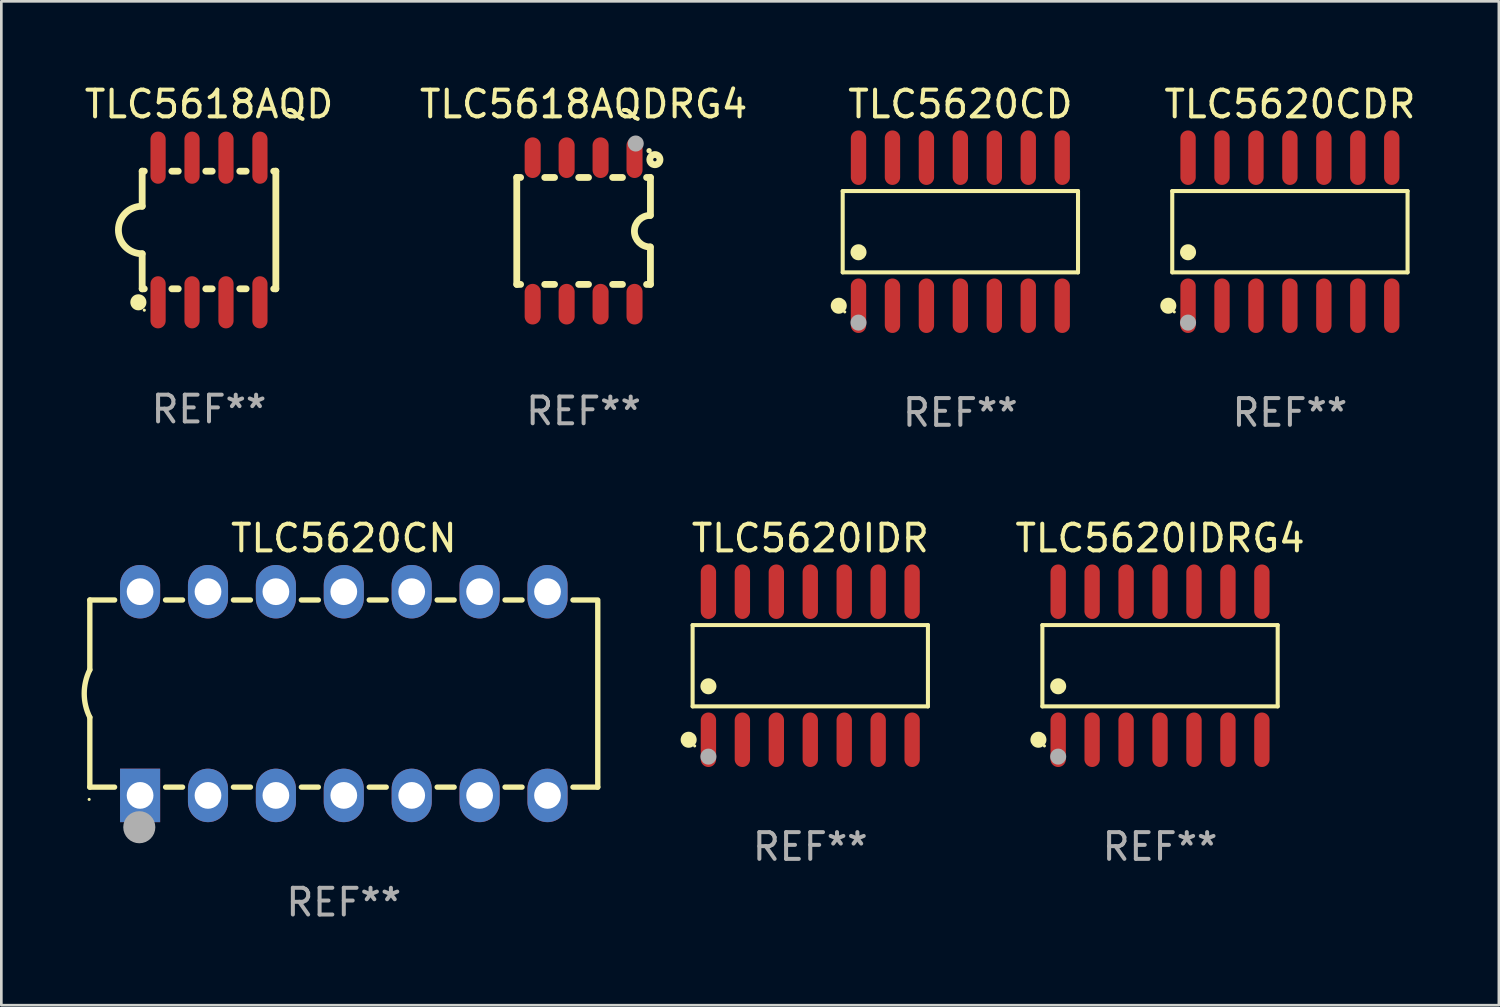
<source format=kicad_pcb>
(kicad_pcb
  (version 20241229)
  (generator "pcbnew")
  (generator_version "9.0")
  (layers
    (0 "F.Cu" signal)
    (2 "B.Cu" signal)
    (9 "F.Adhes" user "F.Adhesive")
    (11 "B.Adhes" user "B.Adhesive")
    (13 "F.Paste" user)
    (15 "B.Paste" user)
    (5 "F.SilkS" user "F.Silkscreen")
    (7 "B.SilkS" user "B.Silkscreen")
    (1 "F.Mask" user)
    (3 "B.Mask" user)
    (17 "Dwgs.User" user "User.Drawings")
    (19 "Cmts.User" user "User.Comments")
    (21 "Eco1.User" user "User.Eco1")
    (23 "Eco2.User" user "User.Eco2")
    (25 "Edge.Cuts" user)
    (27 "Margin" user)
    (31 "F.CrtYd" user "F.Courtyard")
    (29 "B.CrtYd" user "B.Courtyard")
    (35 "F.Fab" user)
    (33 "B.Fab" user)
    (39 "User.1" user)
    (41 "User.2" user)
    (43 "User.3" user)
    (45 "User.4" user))
  (footprint "TLC5620CD"
    (layer "F.Cu")
    (at 32.873 5.617)
    (property "Reference" "TLC5620CD" (at 0 -4.769 0) (layer "F.SilkS") (effects (font (size 1 1) (thickness 0.15))))
    (attr through_hole)
    (fp_line (start -4.401 -1.521) (end 4.401 -1.521) (stroke (width 0.152) (type solid)) (layer "F.SilkS"))
    (fp_line (start -4.401 1.521) (end -4.401 -1.521) (stroke (width 0.152) (type solid)) (layer "F.SilkS"))
    (fp_line (start 4.401 -1.521) (end 4.401 1.521) (stroke (width 0.152) (type solid)) (layer "F.SilkS"))
    (fp_line (start 4.401 1.521) (end -4.401 1.521) (stroke (width 0.152) (type solid)) (layer "F.SilkS"))
    (fp_circle (center -4.549 2.769) (end -4.399 2.769) (stroke (width 0.3) (type solid)) (fill no) (layer "F.SilkS"))
    (fp_circle (center -4.325 3) (end -4.295 3) (stroke (width 0.06) (type solid)) (fill no) (layer "F.SilkS"))
    (fp_circle (center -3.81 0.769) (end -3.66 0.769) (stroke (width 0.3) (type solid)) (fill no) (layer "F.SilkS"))
    (fp_circle (center -3.81 3.4) (end -3.66 3.4) (stroke (width 0.3) (type solid)) (fill no) (layer "F.Fab"))
    (fp_text user "REF**" (at 0 6.769 0) (layer "F.Fab") (effects (font (size 1 1) (thickness 0.15))))
    (pad "1" smd oval (at -3.81 2.769) (size 0.574 2.038) (layers "F.Cu" "F.Mask" "F.Paste"))
    (pad "2" smd oval (at -2.54 2.769) (size 0.574 2.038) (layers "F.Cu" "F.Mask" "F.Paste"))
    (pad "3" smd oval (at -1.27 2.769) (size 0.574 2.038) (layers "F.Cu" "F.Mask" "F.Paste"))
    (pad "4" smd oval (at 0 2.769) (size 0.574 2.038) (layers "F.Cu" "F.Mask" "F.Paste"))
    (pad "5" smd oval (at 1.27 2.769) (size 0.574 2.038) (layers "F.Cu" "F.Mask" "F.Paste"))
    (pad "6" smd oval (at 2.54 2.769) (size 0.574 2.038) (layers "F.Cu" "F.Mask" "F.Paste"))
    (pad "7" smd oval (at 3.81 2.769) (size 0.574 2.038) (layers "F.Cu" "F.Mask" "F.Paste"))
    (pad "8" smd oval (at 3.81 -2.769) (size 0.574 2.038) (layers "F.Cu" "F.Mask" "F.Paste"))
    (pad "9" smd oval (at 2.54 -2.769) (size 0.574 2.038) (layers "F.Cu" "F.Mask" "F.Paste"))
    (pad "10" smd oval (at 1.27 -2.769) (size 0.574 2.038) (layers "F.Cu" "F.Mask" "F.Paste"))
    (pad "11" smd oval (at 0 -2.769) (size 0.574 2.038) (layers "F.Cu" "F.Mask" "F.Paste"))
    (pad "12" smd oval (at -1.27 -2.769) (size 0.574 2.038) (layers "F.Cu" "F.Mask" "F.Paste"))
    (pad "13" smd oval (at -2.54 -2.769) (size 0.574 2.038) (layers "F.Cu" "F.Mask" "F.Paste"))
    (pad "14" smd oval (at -3.81 -2.769) (size 0.574 2.038) (layers "F.Cu" "F.Mask" "F.Paste")))
  (footprint "TLC5620CN"
    (layer "F.Cu")
    (at 9.81 22.893)
    (property "Reference" "TLC5620CN" (at 0 -5.81 0) (layer "F.SilkS") (effects (font (size 1 1) (thickness 0.15))))
    (attr through_hole)
    (fp_line (start -9.5 -3.5) (end -9.5 -0.889) (stroke (width 0.2) (type solid)) (layer "F.SilkS"))
    (fp_line (start -9.5 -3.5) (end -8.572 -3.5) (stroke (width 0.2) (type solid)) (layer "F.SilkS"))
    (fp_line (start -9.5 3.5) (end -9.5 0.889) (stroke (width 0.2) (type solid)) (layer "F.SilkS"))
    (fp_line (start -9.5 3.5) (end -8.574 3.5) (stroke (width 0.2) (type solid)) (layer "F.SilkS"))
    (fp_line (start -6.668 -3.5) (end -6.032 -3.5) (stroke (width 0.2) (type solid)) (layer "F.SilkS"))
    (fp_line (start -6.666 3.5) (end -6.032 3.5) (stroke (width 0.2) (type solid)) (layer "F.SilkS"))
    (fp_line (start -4.128 -3.5) (end -3.492 -3.5) (stroke (width 0.2) (type solid)) (layer "F.SilkS"))
    (fp_line (start -4.128 3.5) (end -3.492 3.5) (stroke (width 0.2) (type solid)) (layer "F.SilkS"))
    (fp_line (start -1.588 -3.5) (end -0.952 -3.5) (stroke (width 0.2) (type solid)) (layer "F.SilkS"))
    (fp_line (start -1.588 3.5) (end -0.952 3.5) (stroke (width 0.2) (type solid)) (layer "F.SilkS"))
    (fp_line (start 0.952 -3.5) (end 1.588 -3.5) (stroke (width 0.2) (type solid)) (layer "F.SilkS"))
    (fp_line (start 0.952 3.5) (end 1.588 3.5) (stroke (width 0.2) (type solid)) (layer "F.SilkS"))
    (fp_line (start 3.492 -3.5) (end 4.128 -3.5) (stroke (width 0.2) (type solid)) (layer "F.SilkS"))
    (fp_line (start 3.492 3.5) (end 4.128 3.5) (stroke (width 0.2) (type solid)) (layer "F.SilkS"))
    (fp_line (start 6.032 -3.5) (end 6.668 -3.5) (stroke (width 0.2) (type solid)) (layer "F.SilkS"))
    (fp_line (start 6.032 3.5) (end 6.668 3.5) (stroke (width 0.2) (type solid)) (layer "F.SilkS"))
    (fp_line (start 8.572 -3.5) (end 9.5 -3.5) (stroke (width 0.2) (type solid)) (layer "F.SilkS"))
    (fp_line (start 8.572 3.5) (end 9.5 3.5) (stroke (width 0.2) (type solid)) (layer "F.SilkS"))
    (fp_line (start 9.5 3.5) (end 9.5 -3.429) (stroke (width 0.2) (type solid)) (layer "F.SilkS"))
    (fp_arc (start -9.499619 0.889001) (mid -9.709623 0.000047) (end -9.500025 -0.889002) (stroke (width 0.2) (type solid)) (layer "F.SilkS"))
    (fp_circle (center -9.525 3.96) (end -9.495 3.96) (stroke (width 0.06) (type solid)) (fill no) (layer "F.SilkS"))
    (fp_circle (center -7.65 5) (end -7.35 5) (stroke (width 0.6) (type solid)) (fill no) (layer "F.Fab"))
    (fp_text user "REF**" (at 0 7.81 0) (layer "F.Fab") (effects (font (size 1 1) (thickness 0.15))))
    (pad "1" thru_hole rect (at -7.62 3.81 90) (size 2 1.5) (drill 1) (layers "*.Cu" "*.Mask"))
    (pad "2" thru_hole oval (at -5.08 3.81 90) (size 2 1.5) (drill 1) (layers "*.Cu" "*.Mask"))
    (pad "3" thru_hole oval (at -2.54 3.81 90) (size 2 1.5) (drill 1) (layers "*.Cu" "*.Mask"))
    (pad "4" thru_hole oval (at 0 3.81 90) (size 2 1.5) (drill 1) (layers "*.Cu" "*.Mask"))
    (pad "5" thru_hole oval (at 2.54 3.81 90) (size 2 1.5) (drill 1) (layers "*.Cu" "*.Mask"))
    (pad "6" thru_hole oval (at 5.08 3.81 90) (size 2 1.5) (drill 1) (layers "*.Cu" "*.Mask"))
    (pad "7" thru_hole oval (at 7.62 3.81 90) (size 2 1.5) (drill 1) (layers "*.Cu" "*.Mask"))
    (pad "8" thru_hole oval (at 7.62 -3.81 90) (size 2 1.5) (drill 1) (layers "*.Cu" "*.Mask"))
    (pad "9" thru_hole oval (at 5.08 -3.81 90) (size 2 1.5) (drill 1) (layers "*.Cu" "*.Mask"))
    (pad "10" thru_hole oval (at 2.54 -3.81 90) (size 2 1.5) (drill 1) (layers "*.Cu" "*.Mask"))
    (pad "11" thru_hole oval (at 0 -3.81 90) (size 2 1.5) (drill 1) (layers "*.Cu" "*.Mask"))
    (pad "12" thru_hole oval (at -2.54 -3.81 90) (size 2 1.5) (drill 1) (layers "*.Cu" "*.Mask"))
    (pad "13" thru_hole oval (at -5.08 -3.81 90) (size 2 1.5) (drill 1) (layers "*.Cu" "*.Mask"))
    (pad "14" thru_hole oval (at -7.62 -3.81 90) (size 2 1.5) (drill 1) (layers "*.Cu" "*.Mask")))
  (footprint "TLC5618AQDRG4"
    (layer "F.Cu")
    (at 18.78 5.588)
    (property "Reference" "TLC5618AQDRG4" (at 0 -4.74 0) (layer "F.SilkS") (effects (font (size 1 1) (thickness 0.15))))
    (attr through_hole)
    (fp_line (start -2.5 2) (end -2.5 -2) (stroke (width 0.254) (type solid)) (layer "F.SilkS"))
    (fp_line (start -2.356 -2) (end -2.5 -2) (stroke (width 0.254) (type solid)) (layer "F.SilkS"))
    (fp_line (start -2.356 2) (end -2.5 2) (stroke (width 0.254) (type solid)) (layer "F.SilkS"))
    (fp_line (start -1.086 -2) (end -1.454 -2) (stroke (width 0.254) (type solid)) (layer "F.SilkS"))
    (fp_line (start -1.086 2) (end -1.454 2) (stroke (width 0.254) (type solid)) (layer "F.SilkS"))
    (fp_line (start 0.184 -2) (end -0.184 -2) (stroke (width 0.254) (type solid)) (layer "F.SilkS"))
    (fp_line (start 0.184 2) (end -0.184 2) (stroke (width 0.254) (type solid)) (layer "F.SilkS"))
    (fp_line (start 1.454 -2) (end 1.086 -2) (stroke (width 0.254) (type solid)) (layer "F.SilkS"))
    (fp_line (start 1.454 2) (end 1.086 2) (stroke (width 0.254) (type solid)) (layer "F.SilkS"))
    (fp_line (start 2.5 -2) (end 2.356 -2) (stroke (width 0.254) (type solid)) (layer "F.SilkS"))
    (fp_line (start 2.5 -0.58) (end 2.5 -2) (stroke (width 0.254) (type solid)) (layer "F.SilkS"))
    (fp_line (start 2.5 2) (end 2.356 2) (stroke (width 0.254) (type solid)) (layer "F.SilkS"))
    (fp_line (start 2.5 2) (end 2.5 0.6) (stroke (width 0.254) (type solid)) (layer "F.SilkS"))
    (fp_arc (start 2.489992 0.600051) (mid 1.901674 0.010046) (end 2.489992 -0.579959) (stroke (width 0.254001) (type solid)) (layer "F.SilkS"))
    (fp_circle (center 2.45 -3) (end 2.5 -3) (stroke (width 0.1) (type solid)) (fill no) (layer "F.SilkS"))
    (fp_circle (center 2.667 -2.667) (end 2.858 -2.667) (stroke (width 0.254) (type solid)) (fill no) (layer "F.SilkS"))
    (fp_circle (center 1.95 -3.27) (end 2.1 -3.27) (stroke (width 0.3) (type solid)) (fill no) (layer "F.Fab"))
    (fp_text user "REF**" (at 0 6.74 0) (layer "F.Fab") (effects (font (size 1 1) (thickness 0.15))))
    (pad "1" smd oval (at 1.905 -2.74) (size 0.6 1.52) (layers "F.Cu" "F.Mask" "F.Paste"))
    (pad "2" smd oval (at 0.635 -2.74) (size 0.6 1.52) (layers "F.Cu" "F.Mask" "F.Paste"))
    (pad "3" smd oval (at -0.635 -2.74) (size 0.6 1.52) (layers "F.Cu" "F.Mask" "F.Paste"))
    (pad "4" smd oval (at -1.905 -2.74) (size 0.6 1.52) (layers "F.Cu" "F.Mask" "F.Paste"))
    (pad "5" smd oval (at -1.905 2.74) (size 0.6 1.52) (layers "F.Cu" "F.Mask" "F.Paste"))
    (pad "6" smd oval (at -0.635 2.74) (size 0.6 1.52) (layers "F.Cu" "F.Mask" "F.Paste"))
    (pad "7" smd oval (at 0.635 2.74) (size 0.6 1.52) (layers "F.Cu" "F.Mask" "F.Paste"))
    (pad "8" smd oval (at 1.905 2.74) (size 0.6 1.52) (layers "F.Cu" "F.Mask" "F.Paste")))
  (footprint "TLC5620CDR"
    (layer "F.Cu")
    (at 45.2 5.617)
    (property "Reference" "TLC5620CDR" (at 0 -4.769 0) (layer "F.SilkS") (effects (font (size 1 1) (thickness 0.15))))
    (attr through_hole)
    (fp_line (start -4.401 -1.521) (end 4.401 -1.521) (stroke (width 0.152) (type solid)) (layer "F.SilkS"))
    (fp_line (start -4.401 1.521) (end -4.401 -1.521) (stroke (width 0.152) (type solid)) (layer "F.SilkS"))
    (fp_line (start 4.401 -1.521) (end 4.401 1.521) (stroke (width 0.152) (type solid)) (layer "F.SilkS"))
    (fp_line (start 4.401 1.521) (end -4.401 1.521) (stroke (width 0.152) (type solid)) (layer "F.SilkS"))
    (fp_circle (center -4.549 2.769) (end -4.399 2.769) (stroke (width 0.3) (type solid)) (fill no) (layer "F.SilkS"))
    (fp_circle (center -4.325 3) (end -4.295 3) (stroke (width 0.06) (type solid)) (fill no) (layer "F.SilkS"))
    (fp_circle (center -3.81 0.769) (end -3.66 0.769) (stroke (width 0.3) (type solid)) (fill no) (layer "F.SilkS"))
    (fp_circle (center -3.81 3.4) (end -3.66 3.4) (stroke (width 0.3) (type solid)) (fill no) (layer "F.Fab"))
    (fp_text user "REF**" (at 0 6.769 0) (layer "F.Fab") (effects (font (size 1 1) (thickness 0.15))))
    (pad "1" smd oval (at -3.81 2.769) (size 0.574 2.038) (layers "F.Cu" "F.Mask" "F.Paste"))
    (pad "2" smd oval (at -2.54 2.769) (size 0.574 2.038) (layers "F.Cu" "F.Mask" "F.Paste"))
    (pad "3" smd oval (at -1.27 2.769) (size 0.574 2.038) (layers "F.Cu" "F.Mask" "F.Paste"))
    (pad "4" smd oval (at 0 2.769) (size 0.574 2.038) (layers "F.Cu" "F.Mask" "F.Paste"))
    (pad "5" smd oval (at 1.27 2.769) (size 0.574 2.038) (layers "F.Cu" "F.Mask" "F.Paste"))
    (pad "6" smd oval (at 2.54 2.769) (size 0.574 2.038) (layers "F.Cu" "F.Mask" "F.Paste"))
    (pad "7" smd oval (at 3.81 2.769) (size 0.574 2.038) (layers "F.Cu" "F.Mask" "F.Paste"))
    (pad "8" smd oval (at 3.81 -2.769) (size 0.574 2.038) (layers "F.Cu" "F.Mask" "F.Paste"))
    (pad "9" smd oval (at 2.54 -2.769) (size 0.574 2.038) (layers "F.Cu" "F.Mask" "F.Paste"))
    (pad "10" smd oval (at 1.27 -2.769) (size 0.574 2.038) (layers "F.Cu" "F.Mask" "F.Paste"))
    (pad "11" smd oval (at 0 -2.769) (size 0.574 2.038) (layers "F.Cu" "F.Mask" "F.Paste"))
    (pad "12" smd oval (at -1.27 -2.769) (size 0.574 2.038) (layers "F.Cu" "F.Mask" "F.Paste"))
    (pad "13" smd oval (at -2.54 -2.769) (size 0.574 2.038) (layers "F.Cu" "F.Mask" "F.Paste"))
    (pad "14" smd oval (at -3.81 -2.769) (size 0.574 2.038) (layers "F.Cu" "F.Mask" "F.Paste")))
  (footprint "TLC5620IDRG4"
    (layer "F.Cu")
    (at 40.342 21.852)
    (property "Reference" "TLC5620IDRG4" (at 0 -4.769 0) (layer "F.SilkS") (effects (font (size 1 1) (thickness 0.15))))
    (attr through_hole)
    (fp_line (start -4.401 -1.521) (end 4.401 -1.521) (stroke (width 0.152) (type solid)) (layer "F.SilkS"))
    (fp_line (start -4.401 1.521) (end -4.401 -1.521) (stroke (width 0.152) (type solid)) (layer "F.SilkS"))
    (fp_line (start 4.401 -1.521) (end 4.401 1.521) (stroke (width 0.152) (type solid)) (layer "F.SilkS"))
    (fp_line (start 4.401 1.521) (end -4.401 1.521) (stroke (width 0.152) (type solid)) (layer "F.SilkS"))
    (fp_circle (center -4.549 2.769) (end -4.399 2.769) (stroke (width 0.3) (type solid)) (fill no) (layer "F.SilkS"))
    (fp_circle (center -4.325 3) (end -4.295 3) (stroke (width 0.06) (type solid)) (fill no) (layer "F.SilkS"))
    (fp_circle (center -3.81 0.769) (end -3.66 0.769) (stroke (width 0.3) (type solid)) (fill no) (layer "F.SilkS"))
    (fp_circle (center -3.81 3.4) (end -3.66 3.4) (stroke (width 0.3) (type solid)) (fill no) (layer "F.Fab"))
    (fp_text user "REF**" (at 0 6.769 0) (layer "F.Fab") (effects (font (size 1 1) (thickness 0.15))))
    (pad "1" smd oval (at -3.81 2.769) (size 0.574 2.038) (layers "F.Cu" "F.Mask" "F.Paste"))
    (pad "2" smd oval (at -2.54 2.769) (size 0.574 2.038) (layers "F.Cu" "F.Mask" "F.Paste"))
    (pad "3" smd oval (at -1.27 2.769) (size 0.574 2.038) (layers "F.Cu" "F.Mask" "F.Paste"))
    (pad "4" smd oval (at 0 2.769) (size 0.574 2.038) (layers "F.Cu" "F.Mask" "F.Paste"))
    (pad "5" smd oval (at 1.27 2.769) (size 0.574 2.038) (layers "F.Cu" "F.Mask" "F.Paste"))
    (pad "6" smd oval (at 2.54 2.769) (size 0.574 2.038) (layers "F.Cu" "F.Mask" "F.Paste"))
    (pad "7" smd oval (at 3.81 2.769) (size 0.574 2.038) (layers "F.Cu" "F.Mask" "F.Paste"))
    (pad "8" smd oval (at 3.81 -2.769) (size 0.574 2.038) (layers "F.Cu" "F.Mask" "F.Paste"))
    (pad "9" smd oval (at 2.54 -2.769) (size 0.574 2.038) (layers "F.Cu" "F.Mask" "F.Paste"))
    (pad "10" smd oval (at 1.27 -2.769) (size 0.574 2.038) (layers "F.Cu" "F.Mask" "F.Paste"))
    (pad "11" smd oval (at 0 -2.769) (size 0.574 2.038) (layers "F.Cu" "F.Mask" "F.Paste"))
    (pad "12" smd oval (at -1.27 -2.769) (size 0.574 2.038) (layers "F.Cu" "F.Mask" "F.Paste"))
    (pad "13" smd oval (at -2.54 -2.769) (size 0.574 2.038) (layers "F.Cu" "F.Mask" "F.Paste"))
    (pad "14" smd oval (at -3.81 -2.769) (size 0.574 2.038) (layers "F.Cu" "F.Mask" "F.Paste")))
  (footprint "TLC5618AQD"
    (layer "F.Cu")
    (at 4.768 5.553)
    (property "Reference" "TLC5618AQD" (at 0 -4.705 0) (layer "F.SilkS") (effects (font (size 1 1) (thickness 0.15))))
    (attr through_hole)
    (fp_line (start -2.5 -2.2) (end -2.5 -0.889) (stroke (width 0.254) (type solid)) (layer "F.SilkS"))
    (fp_line (start -2.5 2.2) (end -2.5 0.889) (stroke (width 0.254) (type solid)) (layer "F.SilkS"))
    (fp_line (start -2.42 -2.2) (end -2.5 -2.2) (stroke (width 0.254) (type solid)) (layer "F.SilkS"))
    (fp_line (start -2.42 2.2) (end -2.5 2.2) (stroke (width 0.254) (type solid)) (layer "F.SilkS"))
    (fp_line (start -1.15 -2.2) (end -1.39 -2.2) (stroke (width 0.254) (type solid)) (layer "F.SilkS"))
    (fp_line (start -1.15 2.2) (end -1.39 2.2) (stroke (width 0.254) (type solid)) (layer "F.SilkS"))
    (fp_line (start 0.12 -2.2) (end -0.12 -2.2) (stroke (width 0.254) (type solid)) (layer "F.SilkS"))
    (fp_line (start 0.12 2.2) (end -0.12 2.2) (stroke (width 0.254) (type solid)) (layer "F.SilkS"))
    (fp_line (start 1.39 -2.2) (end 1.15 -2.2) (stroke (width 0.254) (type solid)) (layer "F.SilkS"))
    (fp_line (start 1.39 2.2) (end 1.15 2.2) (stroke (width 0.254) (type solid)) (layer "F.SilkS"))
    (fp_line (start 2.5 -2.2) (end 2.42 -2.2) (stroke (width 0.254) (type solid)) (layer "F.SilkS"))
    (fp_line (start 2.5 -2.2) (end 2.5 2.2) (stroke (width 0.254) (type solid)) (layer "F.SilkS"))
    (fp_line (start 2.5 2.2) (end 2.42 2.2) (stroke (width 0.254) (type solid)) (layer "F.SilkS"))
    (fp_arc (start -2.5 0.889002) (mid -3.388367 -0.000318) (end -2.499365 -0.889002) (stroke (width 0.254001) (type solid)) (layer "F.SilkS"))
    (fp_circle (center -2.642 2.705) (end -2.491 2.705) (stroke (width 0.3) (type solid)) (fill no) (layer "F.SilkS"))
    (fp_circle (center -2.42 3) (end -2.39 3) (stroke (width 0.06) (type solid)) (fill no) (layer "F.SilkS"))
    (fp_text user "REF**" (at 0 6.705 0) (layer "F.Fab") (effects (font (size 1 1) (thickness 0.15))))
    (pad "1" smd oval (at -1.905 2.705) (size 0.568 1.95) (layers "F.Cu" "F.Mask" "F.Paste"))
    (pad "2" smd oval (at -0.635 2.705) (size 0.568 1.95) (layers "F.Cu" "F.Mask" "F.Paste"))
    (pad "3" smd oval (at 0.635 2.705) (size 0.568 1.95) (layers "F.Cu" "F.Mask" "F.Paste"))
    (pad "4" smd oval (at 1.905 2.705) (size 0.568 1.95) (layers "F.Cu" "F.Mask" "F.Paste"))
    (pad "5" smd oval (at 1.905 -2.705) (size 0.568 1.95) (layers "F.Cu" "F.Mask" "F.Paste"))
    (pad "6" smd oval (at 0.635 -2.705) (size 0.568 1.95) (layers "F.Cu" "F.Mask" "F.Paste"))
    (pad "7" smd oval (at -0.635 -2.705) (size 0.568 1.95) (layers "F.Cu" "F.Mask" "F.Paste"))
    (pad "8" smd oval (at -1.905 -2.705) (size 0.568 1.95) (layers "F.Cu" "F.Mask" "F.Paste")))
  (footprint "TLC5620IDR"
    (layer "F.Cu")
    (at 27.259 21.852)
    (property "Reference" "TLC5620IDR" (at 0 -4.769 0) (layer "F.SilkS") (effects (font (size 1 1) (thickness 0.15))))
    (attr through_hole)
    (fp_line (start -4.401 -1.521) (end 4.401 -1.521) (stroke (width 0.152) (type solid)) (layer "F.SilkS"))
    (fp_line (start -4.401 1.521) (end -4.401 -1.521) (stroke (width 0.152) (type solid)) (layer "F.SilkS"))
    (fp_line (start 4.401 -1.521) (end 4.401 1.521) (stroke (width 0.152) (type solid)) (layer "F.SilkS"))
    (fp_line (start 4.401 1.521) (end -4.401 1.521) (stroke (width 0.152) (type solid)) (layer "F.SilkS"))
    (fp_circle (center -4.549 2.769) (end -4.399 2.769) (stroke (width 0.3) (type solid)) (fill no) (layer "F.SilkS"))
    (fp_circle (center -4.325 3) (end -4.295 3) (stroke (width 0.06) (type solid)) (fill no) (layer "F.SilkS"))
    (fp_circle (center -3.81 0.769) (end -3.66 0.769) (stroke (width 0.3) (type solid)) (fill no) (layer "F.SilkS"))
    (fp_circle (center -3.81 3.4) (end -3.66 3.4) (stroke (width 0.3) (type solid)) (fill no) (layer "F.Fab"))
    (fp_text user "REF**" (at 0 6.769 0) (layer "F.Fab") (effects (font (size 1 1) (thickness 0.15))))
    (pad "1" smd oval (at -3.81 2.769) (size 0.574 2.038) (layers "F.Cu" "F.Mask" "F.Paste"))
    (pad "2" smd oval (at -2.54 2.769) (size 0.574 2.038) (layers "F.Cu" "F.Mask" "F.Paste"))
    (pad "3" smd oval (at -1.27 2.769) (size 0.574 2.038) (layers "F.Cu" "F.Mask" "F.Paste"))
    (pad "4" smd oval (at 0 2.769) (size 0.574 2.038) (layers "F.Cu" "F.Mask" "F.Paste"))
    (pad "5" smd oval (at 1.27 2.769) (size 0.574 2.038) (layers "F.Cu" "F.Mask" "F.Paste"))
    (pad "6" smd oval (at 2.54 2.769) (size 0.574 2.038) (layers "F.Cu" "F.Mask" "F.Paste"))
    (pad "7" smd oval (at 3.81 2.769) (size 0.574 2.038) (layers "F.Cu" "F.Mask" "F.Paste"))
    (pad "8" smd oval (at 3.81 -2.769) (size 0.574 2.038) (layers "F.Cu" "F.Mask" "F.Paste"))
    (pad "9" smd oval (at 2.54 -2.769) (size 0.574 2.038) (layers "F.Cu" "F.Mask" "F.Paste"))
    (pad "10" smd oval (at 1.27 -2.769) (size 0.574 2.038) (layers "F.Cu" "F.Mask" "F.Paste"))
    (pad "11" smd oval (at 0 -2.769) (size 0.574 2.038) (layers "F.Cu" "F.Mask" "F.Paste"))
    (pad "12" smd oval (at -1.27 -2.769) (size 0.574 2.038) (layers "F.Cu" "F.Mask" "F.Paste"))
    (pad "13" smd oval (at -2.54 -2.769) (size 0.574 2.038) (layers "F.Cu" "F.Mask" "F.Paste"))
    (pad "14" smd oval (at -3.81 -2.769) (size 0.574 2.038) (layers "F.Cu" "F.Mask" "F.Paste")))
  (gr_rect
    (start -3 -3)
    (end 53.016 34.551)
    (stroke (width 0.1) (type default))
    (fill no)
    (layer "Edge.Cuts")))
</source>
